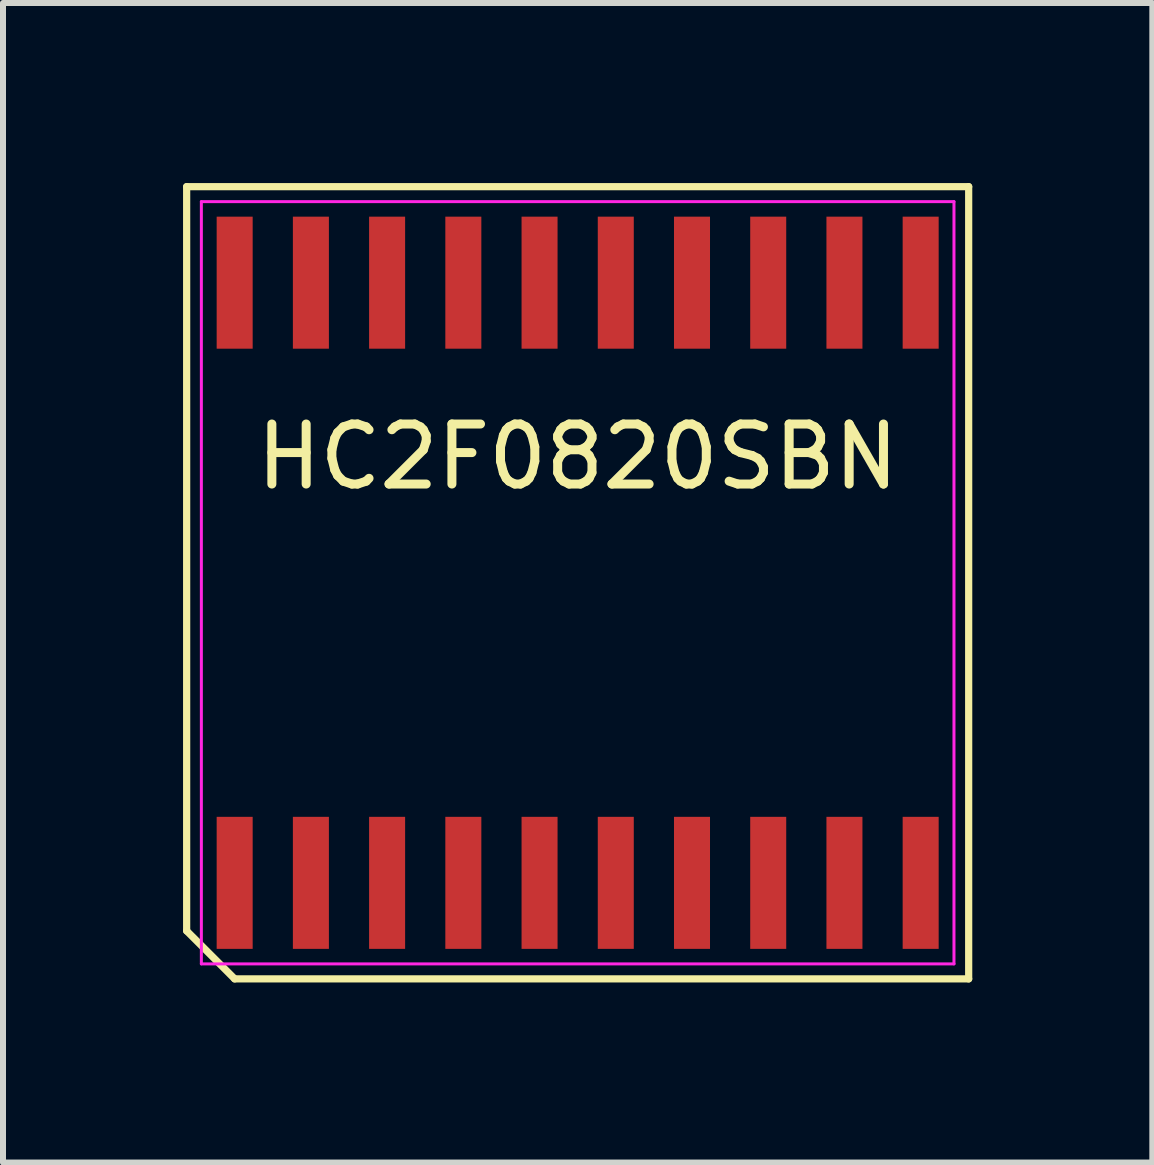
<source format=kicad_pcb>
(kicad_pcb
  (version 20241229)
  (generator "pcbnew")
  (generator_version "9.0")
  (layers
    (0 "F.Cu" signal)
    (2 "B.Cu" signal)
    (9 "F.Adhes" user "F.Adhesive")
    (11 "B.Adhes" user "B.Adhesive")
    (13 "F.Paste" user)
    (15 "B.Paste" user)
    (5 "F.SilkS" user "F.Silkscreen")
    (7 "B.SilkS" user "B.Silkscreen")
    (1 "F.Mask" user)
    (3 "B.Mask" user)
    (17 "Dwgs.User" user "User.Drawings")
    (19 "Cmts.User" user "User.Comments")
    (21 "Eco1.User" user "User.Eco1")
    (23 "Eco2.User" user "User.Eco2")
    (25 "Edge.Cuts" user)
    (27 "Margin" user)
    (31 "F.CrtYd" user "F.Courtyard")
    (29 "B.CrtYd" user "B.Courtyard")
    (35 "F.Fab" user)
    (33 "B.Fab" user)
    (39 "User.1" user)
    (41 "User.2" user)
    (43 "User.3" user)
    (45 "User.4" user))
  (footprint "HC2F0820SBN"
    (layer "F.Cu")
    (at 6.575 6.66)
    (property "Reference" "HC2F0820SBN" (at 0 -2.1 180) (layer "F.SilkS") (effects (font (size 1 1) (thickness 0.15))))
    (attr smd)
    (fp_line (start -6.515 -6.6) (end 6.515 -6.6) (stroke (width 0.12) (type solid)) (layer "F.SilkS"))
    (fp_line (start -6.515 5.8) (end -6.515 -6.6) (stroke (width 0.12) (type solid)) (layer "F.SilkS"))
    (fp_line (start -5.715 6.6) (end -6.515 5.8) (stroke (width 0.12) (type solid)) (layer "F.SilkS"))
    (fp_line (start 6.515 -6.6) (end 6.515 6.6) (stroke (width 0.12) (type solid)) (layer "F.SilkS"))
    (fp_line (start 6.515 6.6) (end -5.715 6.6) (stroke (width 0.12) (type solid)) (layer "F.SilkS"))
    (fp_line (start -6.27 -6.35) (end 6.27 -6.35) (stroke (width 0.05) (type solid)) (layer "F.CrtYd"))
    (fp_line (start -6.27 6.35) (end -6.27 -6.35) (stroke (width 0.05) (type solid)) (layer "F.CrtYd"))
    (fp_line (start 6.27 -6.35) (end 6.27 6.35) (stroke (width 0.05) (type solid)) (layer "F.CrtYd"))
    (fp_line (start 6.27 6.35) (end -6.27 6.35) (stroke (width 0.05) (type solid)) (layer "F.CrtYd"))
    (pad "1" smd rect (at -5.715 5) (size 0.6 2.2) (layers "F.Cu" "F.Mask" "F.Paste"))
    (pad "2" smd rect (at -4.445 5) (size 0.6 2.2) (layers "F.Cu" "F.Mask" "F.Paste"))
    (pad "3" smd rect (at -3.175 5) (size 0.6 2.2) (layers "F.Cu" "F.Mask" "F.Paste"))
    (pad "4" smd rect (at -1.905 5) (size 0.6 2.2) (layers "F.Cu" "F.Mask" "F.Paste"))
    (pad "5" smd rect (at -0.635 5) (size 0.6 2.2) (layers "F.Cu" "F.Mask" "F.Paste"))
    (pad "6" smd rect (at 0.635 5) (size 0.6 2.2) (layers "F.Cu" "F.Mask" "F.Paste"))
    (pad "7" smd rect (at 1.905 5) (size 0.6 2.2) (layers "F.Cu" "F.Mask" "F.Paste"))
    (pad "8" smd rect (at 3.175 5) (size 0.6 2.2) (layers "F.Cu" "F.Mask" "F.Paste"))
    (pad "9" smd rect (at 4.445 5) (size 0.6 2.2) (layers "F.Cu" "F.Mask" "F.Paste"))
    (pad "10" smd rect (at 5.715 5) (size 0.6 2.2) (layers "F.Cu" "F.Mask" "F.Paste"))
    (pad "11" smd rect (at 5.715 -5) (size 0.6 2.2) (layers "F.Cu" "F.Mask" "F.Paste"))
    (pad "12" smd rect (at 4.445 -5) (size 0.6 2.2) (layers "F.Cu" "F.Mask" "F.Paste"))
    (pad "13" smd rect (at 3.175 -5) (size 0.6 2.2) (layers "F.Cu" "F.Mask" "F.Paste"))
    (pad "14" smd rect (at 1.905 -5) (size 0.6 2.2) (layers "F.Cu" "F.Mask" "F.Paste"))
    (pad "15" smd rect (at 0.635 -5) (size 0.6 2.2) (layers "F.Cu" "F.Mask" "F.Paste"))
    (pad "16" smd rect (at -0.635 -5) (size 0.6 2.2) (layers "F.Cu" "F.Mask" "F.Paste"))
    (pad "17" smd rect (at -1.905 -5) (size 0.6 2.2) (layers "F.Cu" "F.Mask" "F.Paste"))
    (pad "18" smd rect (at -3.175 -5) (size 0.6 2.2) (layers "F.Cu" "F.Mask" "F.Paste"))
    (pad "19" smd rect (at -4.445 -5) (size 0.6 2.2) (layers "F.Cu" "F.Mask" "F.Paste"))
    (pad "20" smd rect (at -5.715 -5) (size 0.6 2.2) (layers "F.Cu" "F.Mask" "F.Paste")))
  (gr_rect
    (start -3 -3)
    (end 16.15 16.32)
    (stroke (width 0.1) (type default))
    (fill no)
    (layer "Edge.Cuts")))
</source>
